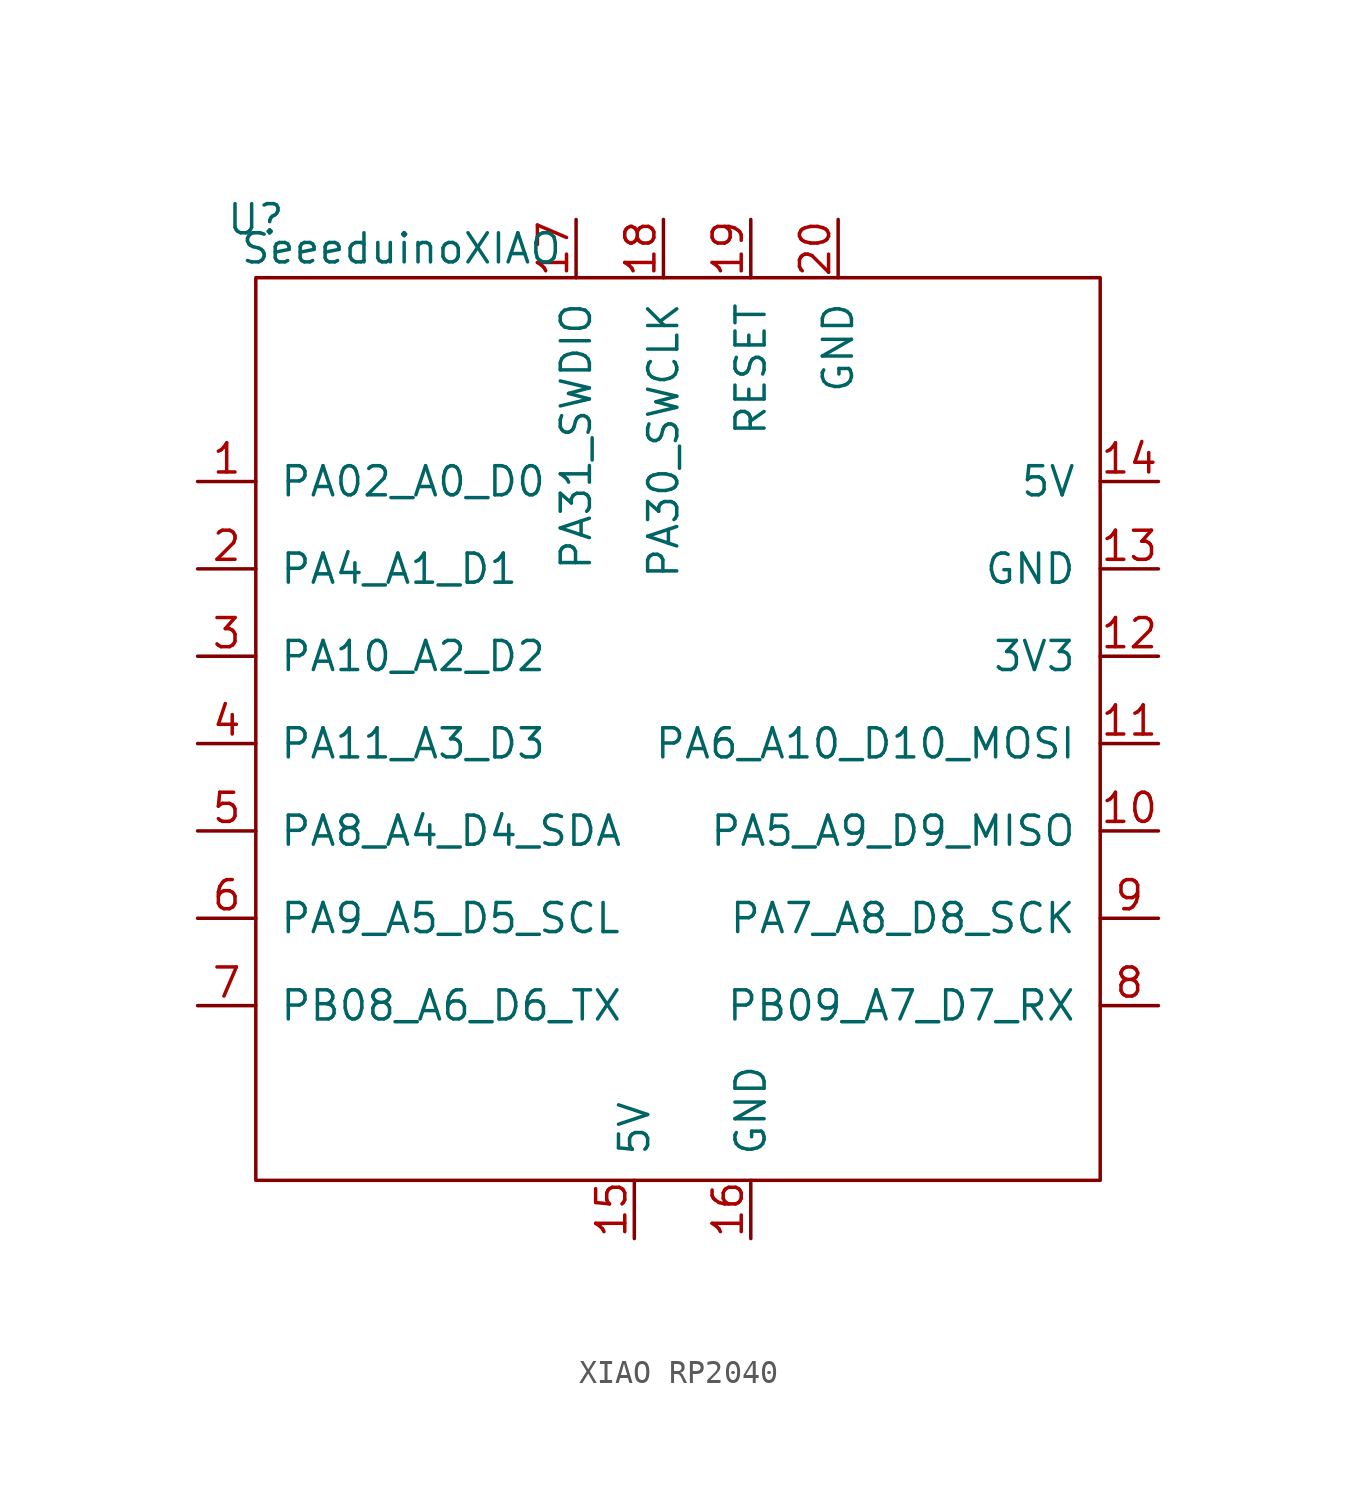
<source format=kicad_sym>
(kicad_symbol_lib
  (version 20241209)
  (generator "kicad_symbol_editor")
  (generator_version "9.0")
  (symbol "XIAO RP2040"
    (pin_names
      (offset 1.016))
    (property "Reference" "U"
      (at -19.05 22.86 0)
      (effects (font (size 1.27 1.27))))
    (property "Value" "SeeeduinoXIAO"
      (at -12.7 21.59 0)
      (effects (font (size 1.27 1.27))))
    (symbol "XIAO RP2040_0_1"
      (rectangle (start -19.05 20.32) (end 17.78 -19.05) (stroke (width 0) (type solid)) (fill (type none))))
    (symbol "XIAO RP2040_1_1"
      (pin unspecified line (at -21.59 11.43 0) (length 2.54) (name "PA02_A0_D0" (effects (font (size 1.27 1.27)))) (number "1" (effects (font (size 1.27 1.27)))))
      (pin unspecified line (at -21.59 7.62 0) (length 2.54) (name "PA4_A1_D1" (effects (font (size 1.27 1.27)))) (number "2" (effects (font (size 1.27 1.27)))))
      (pin unspecified line (at -21.59 3.81 0) (length 2.54) (name "PA10_A2_D2" (effects (font (size 1.27 1.27)))) (number "3" (effects (font (size 1.27 1.27)))))
      (pin unspecified line (at -21.59 0 0) (length 2.54) (name "PA11_A3_D3" (effects (font (size 1.27 1.27)))) (number "4" (effects (font (size 1.27 1.27)))))
      (pin unspecified line (at -21.59 -3.81 0) (length 2.54) (name "PA8_A4_D4_SDA" (effects (font (size 1.27 1.27)))) (number "5" (effects (font (size 1.27 1.27)))))
      (pin unspecified line (at -21.59 -7.62 0) (length 2.54) (name "PA9_A5_D5_SCL" (effects (font (size 1.27 1.27)))) (number "6" (effects (font (size 1.27 1.27)))))
      (pin unspecified line (at -21.59 -11.43 0) (length 2.54) (name "PB08_A6_D6_TX" (effects (font (size 1.27 1.27)))) (number "7" (effects (font (size 1.27 1.27)))))
      (pin input line (at -5.08 22.86 270) (length 2.54) (name "PA31_SWDIO" (effects (font (size 1.27 1.27)))) (number "17" (effects (font (size 1.27 1.27)))))
      (pin input line (at -2.54 -21.59 90) (length 2.54) (name "5V" (effects (font (size 1.27 1.27)))) (number "15" (effects (font (size 1.27 1.27)))))
      (pin input line (at -1.27 22.86 270) (length 2.54) (name "PA30_SWCLK" (effects (font (size 1.27 1.27)))) (number "18" (effects (font (size 1.27 1.27)))))
      (pin input line (at 2.54 22.86 270) (length 2.54) (name "RESET" (effects (font (size 1.27 1.27)))) (number "19" (effects (font (size 1.27 1.27)))))
      (pin input line (at 2.54 -21.59 90) (length 2.54) (name "GND" (effects (font (size 1.27 1.27)))) (number "16" (effects (font (size 1.27 1.27)))))
      (pin input line (at 6.35 22.86 270) (length 2.54) (name "GND" (effects (font (size 1.27 1.27)))) (number "20" (effects (font (size 1.27 1.27)))))
      (pin unspecified line (at 20.32 11.43 180) (length 2.54) (name "5V" (effects (font (size 1.27 1.27)))) (number "14" (effects (font (size 1.27 1.27)))))
      (pin unspecified line (at 20.32 7.62 180) (length 2.54) (name "GND" (effects (font (size 1.27 1.27)))) (number "13" (effects (font (size 1.27 1.27)))))
      (pin unspecified line (at 20.32 3.81 180) (length 2.54) (name "3V3" (effects (font (size 1.27 1.27)))) (number "12" (effects (font (size 1.27 1.27)))))
      (pin unspecified line (at 20.32 0 180) (length 2.54) (name "PA6_A10_D10_MOSI" (effects (font (size 1.27 1.27)))) (number "11" (effects (font (size 1.27 1.27)))))
      (pin unspecified line (at 20.32 -3.81 180) (length 2.54) (name "PA5_A9_D9_MISO" (effects (font (size 1.27 1.27)))) (number "10" (effects (font (size 1.27 1.27)))))
      (pin unspecified line (at 20.32 -7.62 180) (length 2.54) (name "PA7_A8_D8_SCK" (effects (font (size 1.27 1.27)))) (number "9" (effects (font (size 1.27 1.27)))))
      (pin unspecified line (at 20.32 -11.43 180) (length 2.54) (name "PB09_A7_D7_RX" (effects (font (size 1.27 1.27)))) (number "8" (effects (font (size 1.27 1.27))))))))
</source>
